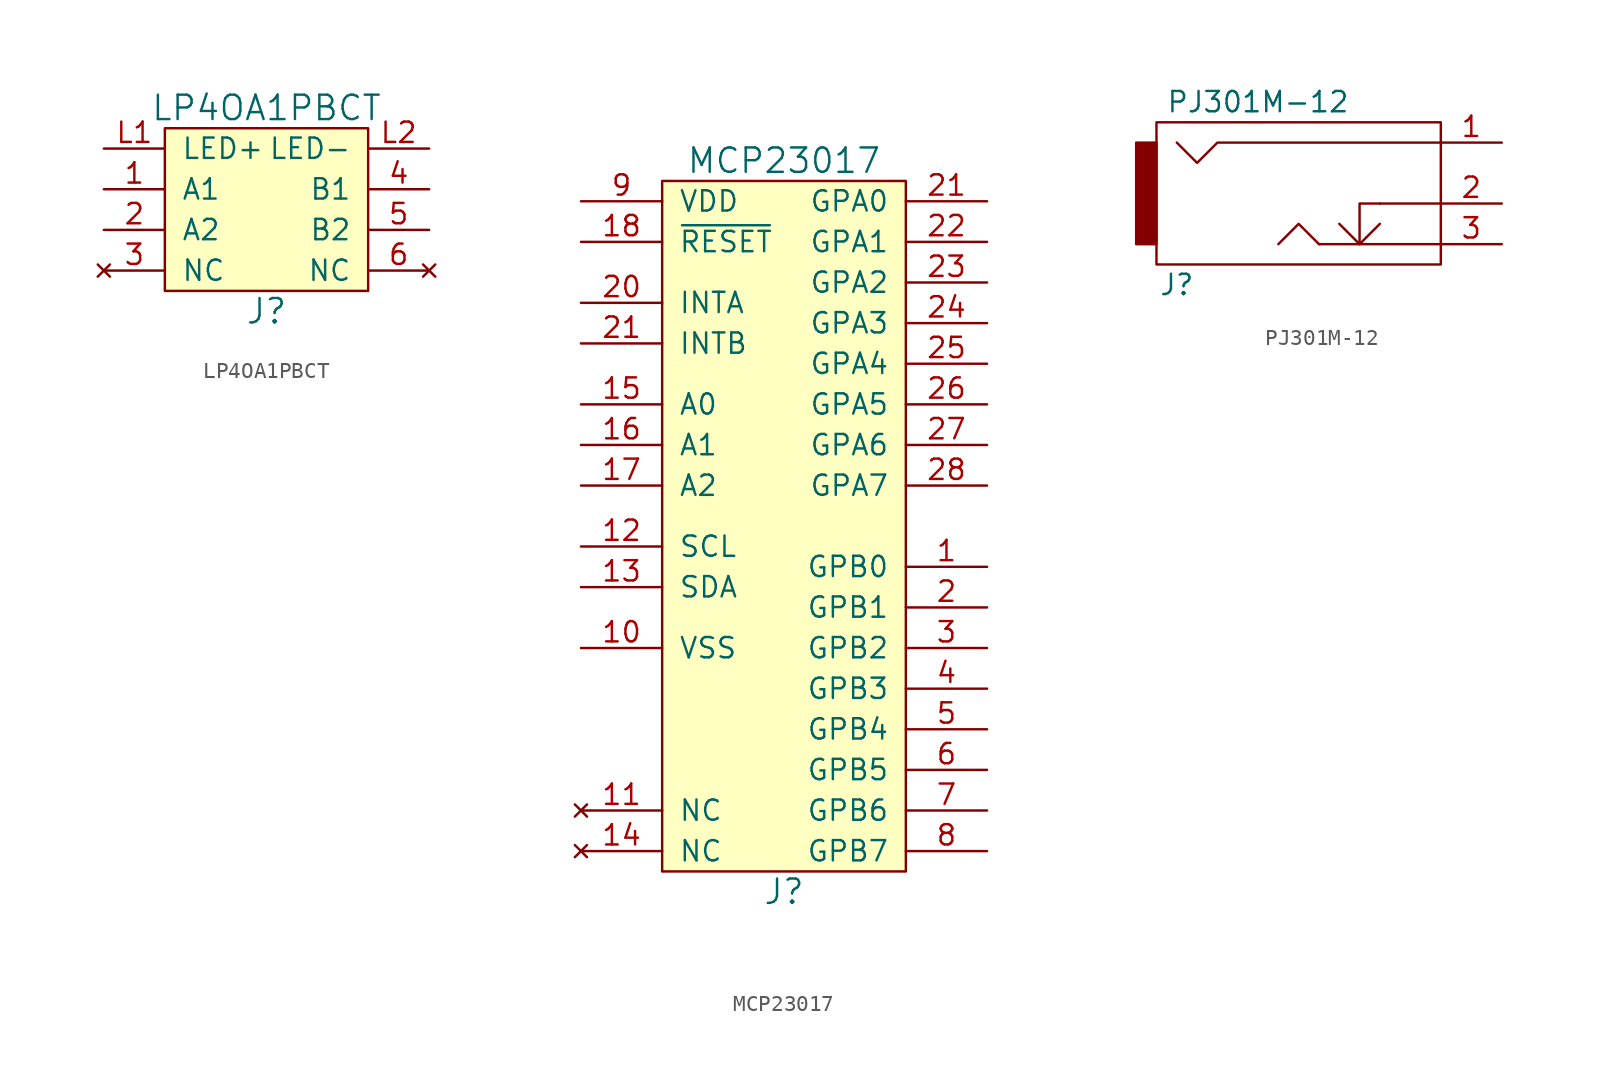
<source format=kicad_sym>
(kicad_symbol_lib
  (version 20231120)
  (generator "kicad_symbol_editor")
  (generator_version "8.0")
  (symbol "LP4OA1PBCT"
    (pin_names
      (offset 1.016))
    (property "Reference" "J"
      (at 0 -6.35 0)
      (effects (font (size 1.524 1.524))))
    (property "Value" "LP4OA1PBCT"
      (at 0 6.35 0)
      (effects (font (size 1.524 1.524))))
    (property "Footprint" ""
      (at 1.27 -6.35 0)
      (effects (font (size 1.524 1.524))))
    (property "Datasheet" ""
      (at 1.27 -6.35 0)
      (effects (font (size 1.524 1.524))))
    (symbol "LP4OA1PBCT_0_1"
      (rectangle (start -6.35 5.08) (end 6.35 -5.08) (stroke (width 0) (type solid)) (fill (type background))))
    (symbol "LP4OA1PBCT_1_1"
      (pin passive line (at -10.16 1.27 0) (length 3.81) (name "A1" (effects (font (size 1.27 1.27)))) (number "1" (effects (font (size 1.27 1.27)))))
      (pin passive line (at -10.16 -1.27 0) (length 3.81) (name "A2" (effects (font (size 1.27 1.27)))) (number "2" (effects (font (size 1.27 1.27)))))
      (pin no_connect line (at -10.16 -3.81 0) (length 3.81) (name "NC" (effects (font (size 1.27 1.27)))) (number "3" (effects (font (size 1.27 1.27)))))
      (pin passive line (at 10.16 1.27 180) (length 3.81) (name "B1" (effects (font (size 1.27 1.27)))) (number "4" (effects (font (size 1.27 1.27)))))
      (pin passive line (at 10.16 -1.27 180) (length 3.81) (name "B2" (effects (font (size 1.27 1.27)))) (number "5" (effects (font (size 1.27 1.27)))))
      (pin no_connect line (at 10.16 -3.81 180) (length 3.81) (name "NC" (effects (font (size 1.27 1.27)))) (number "6" (effects (font (size 1.27 1.27)))))
      (pin passive line (at -10.16 3.81 0) (length 3.81) (name "LED+" (effects (font (size 1.27 1.27)))) (number "L1" (effects (font (size 1.27 1.27)))))
      (pin passive line (at 10.16 3.81 180) (length 3.81) (name "LED-" (effects (font (size 1.27 1.27)))) (number "L2" (effects (font (size 1.27 1.27)))))))
  (symbol "MCP23017"
    (pin_names
      (offset 1.016))
    (property "Reference" "J"
      (at 0 -22.86 0)
      (effects (font (size 1.524 1.524))))
    (property "Value" "MCP23017"
      (at 0 22.86 0)
      (effects (font (size 1.524 1.524))))
    (property "Footprint" ""
      (at 0 20.32 0)
      (effects (font (size 1.524 1.524))))
    (property "Datasheet" ""
      (at 0 20.32 0)
      (effects (font (size 1.524 1.524))))
    (symbol "MCP23017_0_1"
      (rectangle (start -7.62 21.59) (end 7.62 -21.59) (stroke (width 0) (type solid)) (fill (type background))))
    (symbol "MCP23017_1_1"
      (pin bidirectional line (at 12.7 -2.54 180) (length 5.08) (name "GPB0" (effects (font (size 1.27 1.27)))) (number "1" (effects (font (size 1.27 1.27)))))
      (pin power_in line (at -12.7 -7.62 0) (length 5.08) (name "VSS" (effects (font (size 1.27 1.27)))) (number "10" (effects (font (size 1.27 1.27)))))
      (pin no_connect line (at -12.7 -17.78 0) (length 5.08) (name "NC" (effects (font (size 1.27 1.27)))) (number "11" (effects (font (size 1.27 1.27)))))
      (pin input line (at -12.7 -1.27 0) (length 5.08) (name "SCL" (effects (font (size 1.27 1.27)))) (number "12" (effects (font (size 1.27 1.27)))))
      (pin bidirectional line (at -12.7 -3.81 0) (length 5.08) (name "SDA" (effects (font (size 1.27 1.27)))) (number "13" (effects (font (size 1.27 1.27)))))
      (pin no_connect line (at -12.7 -20.32 0) (length 5.08) (name "NC" (effects (font (size 1.27 1.27)))) (number "14" (effects (font (size 1.27 1.27)))))
      (pin input line (at -12.7 7.62 0) (length 5.08) (name "A0" (effects (font (size 1.27 1.27)))) (number "15" (effects (font (size 1.27 1.27)))))
      (pin input line (at -12.7 5.08 0) (length 5.08) (name "A1" (effects (font (size 1.27 1.27)))) (number "16" (effects (font (size 1.27 1.27)))))
      (pin input line (at -12.7 2.54 0) (length 5.08) (name "A2" (effects (font (size 1.27 1.27)))) (number "17" (effects (font (size 1.27 1.27)))))
      (pin input line (at -12.7 17.78 0) (length 5.08) (name "~{RESET}" (effects (font (size 1.27 1.27)))) (number "18" (effects (font (size 1.27 1.27)))))
      (pin bidirectional line (at 12.7 -5.08 180) (length 5.08) (name "GPB1" (effects (font (size 1.27 1.27)))) (number "2" (effects (font (size 1.27 1.27)))))
      (pin output line (at -12.7 13.97 0) (length 5.08) (name "INTA" (effects (font (size 1.27 1.27)))) (number "20" (effects (font (size 1.27 1.27)))))
      (pin bidirectional line (at 12.7 20.32 180) (length 5.08) (name "GPA0" (effects (font (size 1.27 1.27)))) (number "21" (effects (font (size 1.27 1.27)))))
      (pin output line (at -12.7 11.43 0) (length 5.08) (name "INTB" (effects (font (size 1.27 1.27)))) (number "21" (effects (font (size 1.27 1.27)))))
      (pin bidirectional line (at 12.7 17.78 180) (length 5.08) (name "GPA1" (effects (font (size 1.27 1.27)))) (number "22" (effects (font (size 1.27 1.27)))))
      (pin bidirectional line (at 12.7 15.24 180) (length 5.08) (name "GPA2" (effects (font (size 1.27 1.27)))) (number "23" (effects (font (size 1.27 1.27)))))
      (pin bidirectional line (at 12.7 12.7 180) (length 5.08) (name "GPA3" (effects (font (size 1.27 1.27)))) (number "24" (effects (font (size 1.27 1.27)))))
      (pin bidirectional line (at 12.7 10.16 180) (length 5.08) (name "GPA4" (effects (font (size 1.27 1.27)))) (number "25" (effects (font (size 1.27 1.27)))))
      (pin bidirectional line (at 12.7 7.62 180) (length 5.08) (name "GPA5" (effects (font (size 1.27 1.27)))) (number "26" (effects (font (size 1.27 1.27)))))
      (pin bidirectional line (at 12.7 5.08 180) (length 5.08) (name "GPA6" (effects (font (size 1.27 1.27)))) (number "27" (effects (font (size 1.27 1.27)))))
      (pin bidirectional line (at 12.7 2.54 180) (length 5.08) (name "GPA7" (effects (font (size 1.27 1.27)))) (number "28" (effects (font (size 1.27 1.27)))))
      (pin bidirectional line (at 12.7 -7.62 180) (length 5.08) (name "GPB2" (effects (font (size 1.27 1.27)))) (number "3" (effects (font (size 1.27 1.27)))))
      (pin bidirectional line (at 12.7 -10.16 180) (length 5.08) (name "GPB3" (effects (font (size 1.27 1.27)))) (number "4" (effects (font (size 1.27 1.27)))))
      (pin bidirectional line (at 12.7 -12.7 180) (length 5.08) (name "GPB4" (effects (font (size 1.27 1.27)))) (number "5" (effects (font (size 1.27 1.27)))))
      (pin bidirectional line (at 12.7 -15.24 180) (length 5.08) (name "GPB5" (effects (font (size 1.27 1.27)))) (number "6" (effects (font (size 1.27 1.27)))))
      (pin bidirectional line (at 12.7 -17.78 180) (length 5.08) (name "GPB6" (effects (font (size 1.27 1.27)))) (number "7" (effects (font (size 1.27 1.27)))))
      (pin bidirectional line (at 12.7 -20.32 180) (length 5.08) (name "GPB7" (effects (font (size 1.27 1.27)))) (number "8" (effects (font (size 1.27 1.27)))))
      (pin power_in line (at -12.7 20.32 0) (length 5.08) (name "VDD" (effects (font (size 1.27 1.27)))) (number "9" (effects (font (size 1.27 1.27)))))))
  (symbol "PJ301M-12"
    (pin_names
      (offset 1.016))
    (property "Reference" "J"
      (at -8.89 -5.08 0)
      (effects (font (size 1.27 1.27))))
    (property "Value" "PJ301M-12"
      (at -3.81 6.35 0)
      (effects (font (size 1.27 1.27))))
    (property "Footprint" ""
      (at 0 0 0)
      (effects (font (size 1.27 1.27))))
    (property "Datasheet" ""
      (at 0 0 0)
      (effects (font (size 1.27 1.27))))
    (symbol "PJ301M-12_0_1"
      (rectangle (start -11.43 3.81) (end -10.16 -2.54) (stroke (width 0) (type solid)) (fill (type outline)))
      (polyline (pts (xy 3.81 0) (xy 7.62 0) (xy 7.62 0)) (stroke (width 0) (type solid)) (fill (type none)))
      (polyline (pts (xy 0 -2.54) (xy -1.27 -1.27) (xy -2.54 -2.54) (xy -2.54 -2.54)) (stroke (width 0) (type solid)) (fill (type none)))
      (polyline (pts (xy 0 -2.54) (xy 7.62 -2.54) (xy 7.62 -2.54) (xy 7.62 -2.54)) (stroke (width 0) (type solid)) (fill (type none)))
      (polyline (pts (xy 1.27 -1.27) (xy 2.54 -2.54) (xy 3.81 -1.27) (xy 3.81 -1.27)) (stroke (width 0) (type solid)) (fill (type none)))
      (polyline (pts (xy 3.81 0) (xy 2.54 0) (xy 2.54 -2.54) (xy 2.54 -2.54)) (stroke (width 0) (type solid)) (fill (type none)))
      (polyline (pts (xy 7.62 3.81) (xy -6.35 3.81) (xy -7.62 2.54) (xy -8.89 3.81) (xy -8.89 3.81)) (stroke (width 0) (type solid)) (fill (type none)))
      (rectangle (start 7.62 -3.81) (end -10.16 5.08) (stroke (width 0) (type solid)) (fill (type none))))
    (symbol "PJ301M-12_1_1"
      (pin passive line (at 11.43 3.81 180) (length 3.81) (name "~" (effects (font (size 1.27 1.27)))) (number "1" (effects (font (size 1.27 1.27)))))
      (pin passive line (at 11.43 0 180) (length 3.81) (name "~" (effects (font (size 1.27 1.27)))) (number "2" (effects (font (size 1.27 1.27)))))
      (pin passive line (at 11.43 -2.54 180) (length 3.81) (name "~" (effects (font (size 1.27 1.27)))) (number "3" (effects (font (size 1.27 1.27))))))))
</source>
